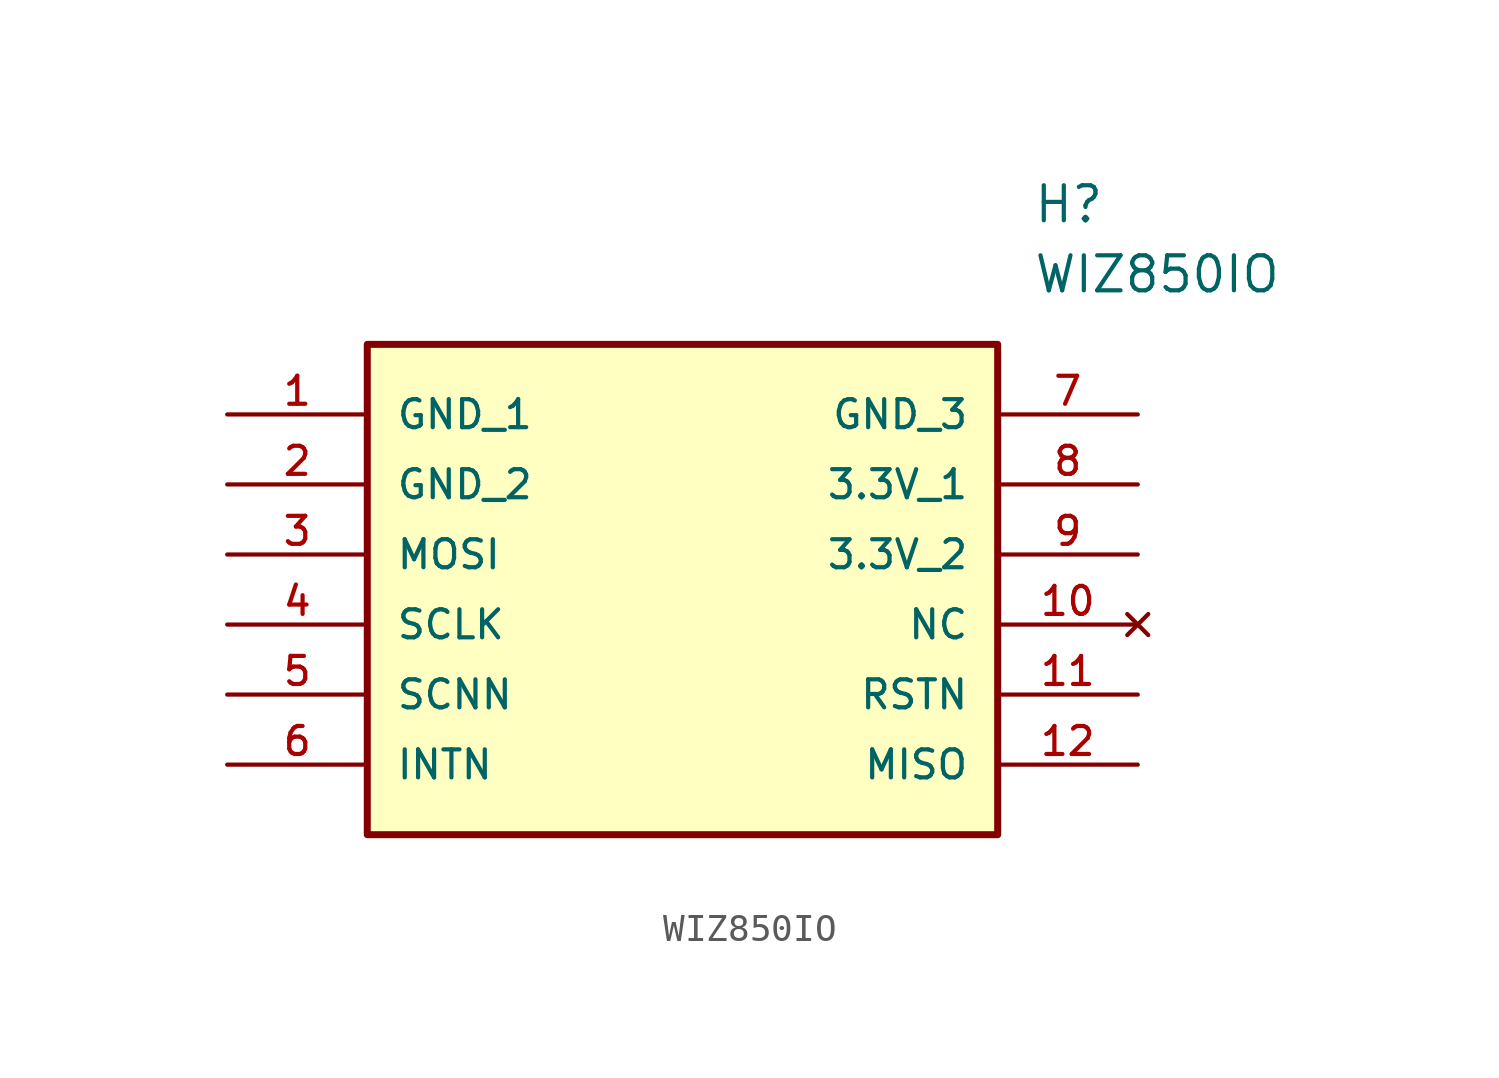
<source format=kicad_sym>
(kicad_symbol_lib
  (version 20211014)
  (generator kicad_symbol_editor)
  (symbol "WIZ850IO"
    (pin_names
      (offset 1.016))
    (property "Reference" "H"
      (at 29.21 7.62 0)
      (effects (font (size 1.27 1.27)) (justify left)))
    (property "Value" "WIZ850IO"
      (at 29.21 5.08 0)
      (effects (font (size 1.27 1.27)) (justify left)))
    (symbol "WIZ850IO_0_0"
      (rectangle (start 5.08 -15.24) (end 27.94 2.54) (stroke (width 0.254)) (fill (type background)))
      (pin bidirectional line (at 0.0 0.0 0) (length 5.08) (name "GND_1" (effects (font (size 1.016 1.016)))) (number "1" (effects (font (size 1.016 1.016)))))
      (pin bidirectional line (at 0.0 -2.54 0) (length 5.08) (name "GND_2" (effects (font (size 1.016 1.016)))) (number "2" (effects (font (size 1.016 1.016)))))
      (pin bidirectional line (at 0.0 -5.08 0) (length 5.08) (name "MOSI" (effects (font (size 1.016 1.016)))) (number "3" (effects (font (size 1.016 1.016)))))
      (pin bidirectional line (at 0.0 -7.62 0) (length 5.08) (name "SCLK" (effects (font (size 1.016 1.016)))) (number "4" (effects (font (size 1.016 1.016)))))
      (pin bidirectional line (at 0.0 -10.16 0) (length 5.08) (name "SCNN" (effects (font (size 1.016 1.016)))) (number "5" (effects (font (size 1.016 1.016)))))
      (pin bidirectional line (at 0.0 -12.7 0) (length 5.08) (name "INTN" (effects (font (size 1.016 1.016)))) (number "6" (effects (font (size 1.016 1.016)))))
      (pin bidirectional line (at 33.02 0.0 180.0) (length 5.08) (name "GND_3" (effects (font (size 1.016 1.016)))) (number "7" (effects (font (size 1.016 1.016)))))
      (pin bidirectional line (at 33.02 -2.54 180.0) (length 5.08) (name "3.3V_1" (effects (font (size 1.016 1.016)))) (number "8" (effects (font (size 1.016 1.016)))))
      (pin bidirectional line (at 33.02 -5.08 180.0) (length 5.08) (name "3.3V_2" (effects (font (size 1.016 1.016)))) (number "9" (effects (font (size 1.016 1.016)))))
      (pin no_connect line (at 33.02 -7.62 180.0) (length 5.08) (name "NC" (effects (font (size 1.016 1.016)))) (number "10" (effects (font (size 1.016 1.016)))))
      (pin bidirectional line (at 33.02 -10.16 180.0) (length 5.08) (name "RSTN" (effects (font (size 1.016 1.016)))) (number "11" (effects (font (size 1.016 1.016)))))
      (pin bidirectional line (at 33.02 -12.7 180.0) (length 5.08) (name "MISO" (effects (font (size 1.016 1.016)))) (number "12" (effects (font (size 1.016 1.016))))))))
</source>
